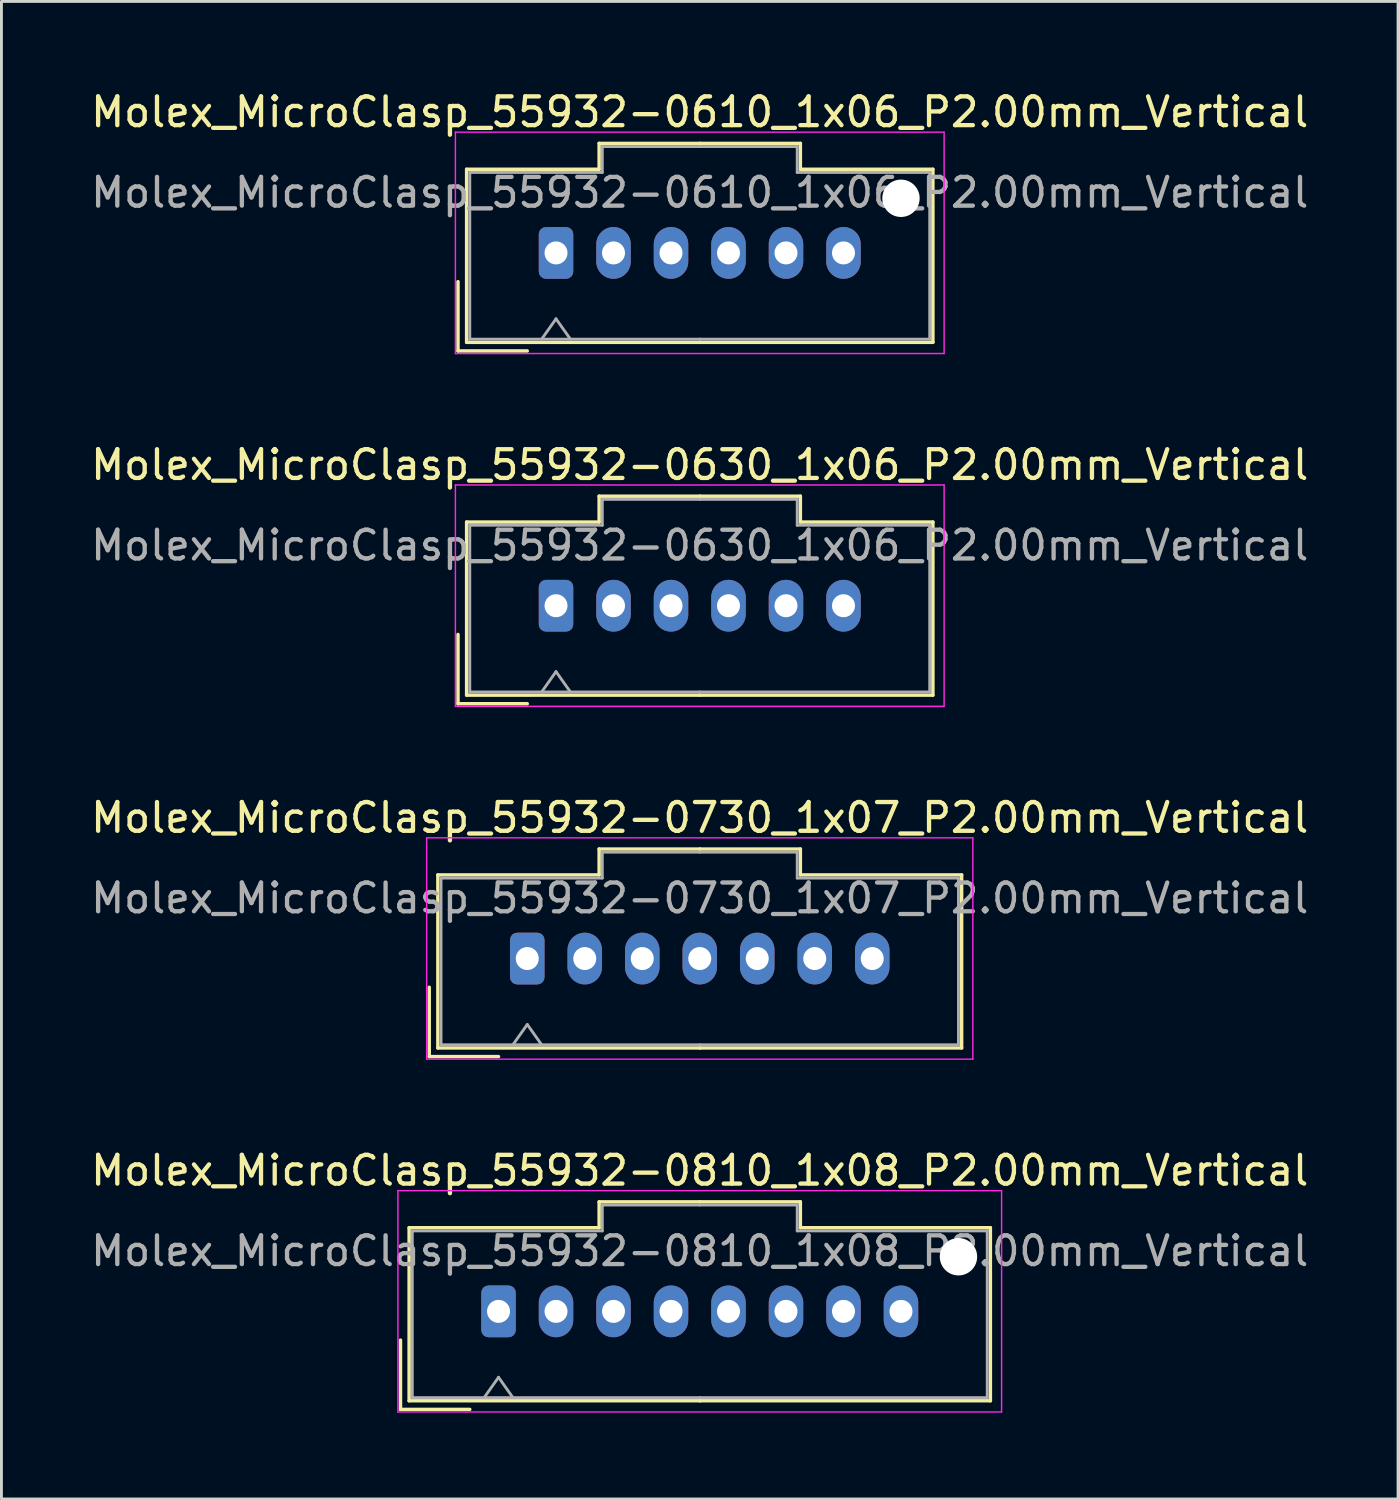
<source format=kicad_pcb>
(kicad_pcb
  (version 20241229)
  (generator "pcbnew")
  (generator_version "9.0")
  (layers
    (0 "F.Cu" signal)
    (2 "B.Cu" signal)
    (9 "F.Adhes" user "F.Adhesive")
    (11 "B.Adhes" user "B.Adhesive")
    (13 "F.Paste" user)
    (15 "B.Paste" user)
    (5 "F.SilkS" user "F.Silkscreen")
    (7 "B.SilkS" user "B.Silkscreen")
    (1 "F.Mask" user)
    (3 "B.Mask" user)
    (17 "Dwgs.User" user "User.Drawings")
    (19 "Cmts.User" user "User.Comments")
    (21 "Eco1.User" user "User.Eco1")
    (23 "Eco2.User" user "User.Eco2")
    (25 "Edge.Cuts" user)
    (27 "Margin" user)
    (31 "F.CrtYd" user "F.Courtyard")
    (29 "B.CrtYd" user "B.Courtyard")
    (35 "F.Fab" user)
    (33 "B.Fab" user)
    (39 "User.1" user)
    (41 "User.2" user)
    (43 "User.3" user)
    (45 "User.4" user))
  (footprint "Molex_MicroClasp_55932-0610_1x06_P2.00mm_Vertical"
    (layer "F.Cu")
    (at 16.292 5.748)
    (property "Reference" "Molex_MicroClasp_55932-0610_1x06_P2.00mm_Vertical" (at 5 -4.9 0) (layer "F.SilkS") (effects (font (size 1 1) (thickness 0.15))))
    (attr through_hole)
    (fp_line (start -3.41 1) (end -3.41 3.41) (stroke (width 0.12) (type solid)) (layer "F.SilkS"))
    (fp_line (start -3.41 3.41) (end -1 3.41) (stroke (width 0.12) (type solid)) (layer "F.SilkS"))
    (fp_line (start -3.11 -2.91) (end -3.11 3.11) (stroke (width 0.12) (type solid)) (layer "F.SilkS"))
    (fp_line (start -3.11 3.11) (end 5 3.11) (stroke (width 0.12) (type solid)) (layer "F.SilkS"))
    (fp_line (start 1.5 -3.81) (end 1.5 -2.91) (stroke (width 0.12) (type solid)) (layer "F.SilkS"))
    (fp_line (start 1.5 -2.91) (end -3.11 -2.91) (stroke (width 0.12) (type solid)) (layer "F.SilkS"))
    (fp_line (start 5 -3.81) (end 1.5 -3.81) (stroke (width 0.12) (type solid)) (layer "F.SilkS"))
    (fp_line (start 5 -3.81) (end 8.5 -3.81) (stroke (width 0.12) (type solid)) (layer "F.SilkS"))
    (fp_line (start 8.5 -3.81) (end 8.5 -2.91) (stroke (width 0.12) (type solid)) (layer "F.SilkS"))
    (fp_line (start 8.5 -2.91) (end 13.11 -2.91) (stroke (width 0.12) (type solid)) (layer "F.SilkS"))
    (fp_line (start 13.11 -2.91) (end 13.11 3.11) (stroke (width 0.12) (type solid)) (layer "F.SilkS"))
    (fp_line (start 13.11 3.11) (end 5 3.11) (stroke (width 0.12) (type solid)) (layer "F.SilkS"))
    (fp_line (start -3.5 -4.2) (end -3.5 3.5) (stroke (width 0.05) (type solid)) (layer "F.CrtYd"))
    (fp_line (start -3.5 3.5) (end 13.5 3.5) (stroke (width 0.05) (type solid)) (layer "F.CrtYd"))
    (fp_line (start 13.5 -4.2) (end -3.5 -4.2) (stroke (width 0.05) (type solid)) (layer "F.CrtYd"))
    (fp_line (start 13.5 3.5) (end 13.5 -4.2) (stroke (width 0.05) (type solid)) (layer "F.CrtYd"))
    (fp_line (start -3 -2.8) (end -3 3) (stroke (width 0.1) (type solid)) (layer "F.Fab"))
    (fp_line (start -3 3) (end 5 3) (stroke (width 0.1) (type solid)) (layer "F.Fab"))
    (fp_line (start -0.5 3) (end 0 2.293) (stroke (width 0.1) (type solid)) (layer "F.Fab"))
    (fp_line (start 0 2.293) (end 0.5 3) (stroke (width 0.1) (type solid)) (layer "F.Fab"))
    (fp_line (start 1.61 -3.7) (end 1.61 -2.8) (stroke (width 0.1) (type solid)) (layer "F.Fab"))
    (fp_line (start 1.61 -2.8) (end -3 -2.8) (stroke (width 0.1) (type solid)) (layer "F.Fab"))
    (fp_line (start 5 -3.7) (end 1.61 -3.7) (stroke (width 0.1) (type solid)) (layer "F.Fab"))
    (fp_line (start 5 -3.7) (end 8.39 -3.7) (stroke (width 0.1) (type solid)) (layer "F.Fab"))
    (fp_line (start 8.39 -3.7) (end 8.39 -2.8) (stroke (width 0.1) (type solid)) (layer "F.Fab"))
    (fp_line (start 8.39 -2.8) (end 13 -2.8) (stroke (width 0.1) (type solid)) (layer "F.Fab"))
    (fp_line (start 13 -2.8) (end 13 3) (stroke (width 0.1) (type solid)) (layer "F.Fab"))
    (fp_line (start 13 3) (end 5 3) (stroke (width 0.1) (type solid)) (layer "F.Fab"))
    (fp_text user "${REFERENCE}" (at 5 -2.1 0) (layer "F.Fab") (effects (font (size 1 1) (thickness 0.15))))
    (pad "" np_thru_hole circle (at 12 -1.9) (size 1.3 1.3) (drill 1.3) (layers "*.Cu" "*.Mask"))
    (pad "1" thru_hole roundrect (at 0 0) (size 1.2 1.8) (drill 0.8) (layers "*.Cu" "*.Mask") (roundrect_rratio 0.208))
    (pad "2" thru_hole oval (at 2 0) (size 1.2 1.8) (drill 0.8) (layers "*.Cu" "*.Mask"))
    (pad "3" thru_hole oval (at 4 0) (size 1.2 1.8) (drill 0.8) (layers "*.Cu" "*.Mask"))
    (pad "4" thru_hole oval (at 6 0) (size 1.2 1.8) (drill 0.8) (layers "*.Cu" "*.Mask"))
    (pad "5" thru_hole oval (at 8 0) (size 1.2 1.8) (drill 0.8) (layers "*.Cu" "*.Mask"))
    (pad "6" thru_hole oval (at 10 0) (size 1.2 1.8) (drill 0.8) (layers "*.Cu" "*.Mask")))
  (footprint "Molex_MicroClasp_55932-0730_1x07_P2.00mm_Vertical"
    (layer "F.Cu")
    (at 15.292 30.295)
    (property "Reference" "Molex_MicroClasp_55932-0730_1x07_P2.00mm_Vertical" (at 6 -4.9 0) (layer "F.SilkS") (effects (font (size 1 1) (thickness 0.15))))
    (attr through_hole)
    (fp_line (start -3.41 1) (end -3.41 3.41) (stroke (width 0.12) (type solid)) (layer "F.SilkS"))
    (fp_line (start -3.41 3.41) (end -1 3.41) (stroke (width 0.12) (type solid)) (layer "F.SilkS"))
    (fp_line (start -3.11 -2.91) (end -3.11 3.11) (stroke (width 0.12) (type solid)) (layer "F.SilkS"))
    (fp_line (start -3.11 3.11) (end 6 3.11) (stroke (width 0.12) (type solid)) (layer "F.SilkS"))
    (fp_line (start 2.5 -3.81) (end 2.5 -2.91) (stroke (width 0.12) (type solid)) (layer "F.SilkS"))
    (fp_line (start 2.5 -2.91) (end -3.11 -2.91) (stroke (width 0.12) (type solid)) (layer "F.SilkS"))
    (fp_line (start 6 -3.81) (end 2.5 -3.81) (stroke (width 0.12) (type solid)) (layer "F.SilkS"))
    (fp_line (start 6 -3.81) (end 9.5 -3.81) (stroke (width 0.12) (type solid)) (layer "F.SilkS"))
    (fp_line (start 9.5 -3.81) (end 9.5 -2.91) (stroke (width 0.12) (type solid)) (layer "F.SilkS"))
    (fp_line (start 9.5 -2.91) (end 15.11 -2.91) (stroke (width 0.12) (type solid)) (layer "F.SilkS"))
    (fp_line (start 15.11 -2.91) (end 15.11 3.11) (stroke (width 0.12) (type solid)) (layer "F.SilkS"))
    (fp_line (start 15.11 3.11) (end 6 3.11) (stroke (width 0.12) (type solid)) (layer "F.SilkS"))
    (fp_line (start -3.5 -4.2) (end -3.5 3.5) (stroke (width 0.05) (type solid)) (layer "F.CrtYd"))
    (fp_line (start -3.5 3.5) (end 15.5 3.5) (stroke (width 0.05) (type solid)) (layer "F.CrtYd"))
    (fp_line (start 15.5 -4.2) (end -3.5 -4.2) (stroke (width 0.05) (type solid)) (layer "F.CrtYd"))
    (fp_line (start 15.5 3.5) (end 15.5 -4.2) (stroke (width 0.05) (type solid)) (layer "F.CrtYd"))
    (fp_line (start -3 -2.8) (end -3 3) (stroke (width 0.1) (type solid)) (layer "F.Fab"))
    (fp_line (start -3 3) (end 6 3) (stroke (width 0.1) (type solid)) (layer "F.Fab"))
    (fp_line (start -0.5 3) (end 0 2.293) (stroke (width 0.1) (type solid)) (layer "F.Fab"))
    (fp_line (start 0 2.293) (end 0.5 3) (stroke (width 0.1) (type solid)) (layer "F.Fab"))
    (fp_line (start 2.61 -3.7) (end 2.61 -2.8) (stroke (width 0.1) (type solid)) (layer "F.Fab"))
    (fp_line (start 2.61 -2.8) (end -3 -2.8) (stroke (width 0.1) (type solid)) (layer "F.Fab"))
    (fp_line (start 6 -3.7) (end 2.61 -3.7) (stroke (width 0.1) (type solid)) (layer "F.Fab"))
    (fp_line (start 6 -3.7) (end 9.39 -3.7) (stroke (width 0.1) (type solid)) (layer "F.Fab"))
    (fp_line (start 9.39 -3.7) (end 9.39 -2.8) (stroke (width 0.1) (type solid)) (layer "F.Fab"))
    (fp_line (start 9.39 -2.8) (end 15 -2.8) (stroke (width 0.1) (type solid)) (layer "F.Fab"))
    (fp_line (start 15 -2.8) (end 15 3) (stroke (width 0.1) (type solid)) (layer "F.Fab"))
    (fp_line (start 15 3) (end 6 3) (stroke (width 0.1) (type solid)) (layer "F.Fab"))
    (fp_text user "${REFERENCE}" (at 6 -2.1 0) (layer "F.Fab") (effects (font (size 1 1) (thickness 0.15))))
    (pad "1" thru_hole roundrect (at 0 0) (size 1.2 1.8) (drill 0.8) (layers "*.Cu" "*.Mask") (roundrect_rratio 0.208))
    (pad "2" thru_hole oval (at 2 0) (size 1.2 1.8) (drill 0.8) (layers "*.Cu" "*.Mask"))
    (pad "3" thru_hole oval (at 4 0) (size 1.2 1.8) (drill 0.8) (layers "*.Cu" "*.Mask"))
    (pad "4" thru_hole oval (at 6 0) (size 1.2 1.8) (drill 0.8) (layers "*.Cu" "*.Mask"))
    (pad "5" thru_hole oval (at 8 0) (size 1.2 1.8) (drill 0.8) (layers "*.Cu" "*.Mask"))
    (pad "6" thru_hole oval (at 10 0) (size 1.2 1.8) (drill 0.8) (layers "*.Cu" "*.Mask"))
    (pad "7" thru_hole oval (at 12 0) (size 1.2 1.8) (drill 0.8) (layers "*.Cu" "*.Mask")))
  (footprint "Molex_MicroClasp_55932-0630_1x06_P2.00mm_Vertical"
    (layer "F.Cu")
    (at 16.292 18.021)
    (property "Reference" "Molex_MicroClasp_55932-0630_1x06_P2.00mm_Vertical" (at 5 -4.9 0) (layer "F.SilkS") (effects (font (size 1 1) (thickness 0.15))))
    (attr through_hole)
    (fp_line (start -3.41 1) (end -3.41 3.41) (stroke (width 0.12) (type solid)) (layer "F.SilkS"))
    (fp_line (start -3.41 3.41) (end -1 3.41) (stroke (width 0.12) (type solid)) (layer "F.SilkS"))
    (fp_line (start -3.11 -2.91) (end -3.11 3.11) (stroke (width 0.12) (type solid)) (layer "F.SilkS"))
    (fp_line (start -3.11 3.11) (end 5 3.11) (stroke (width 0.12) (type solid)) (layer "F.SilkS"))
    (fp_line (start 1.5 -3.81) (end 1.5 -2.91) (stroke (width 0.12) (type solid)) (layer "F.SilkS"))
    (fp_line (start 1.5 -2.91) (end -3.11 -2.91) (stroke (width 0.12) (type solid)) (layer "F.SilkS"))
    (fp_line (start 5 -3.81) (end 1.5 -3.81) (stroke (width 0.12) (type solid)) (layer "F.SilkS"))
    (fp_line (start 5 -3.81) (end 8.5 -3.81) (stroke (width 0.12) (type solid)) (layer "F.SilkS"))
    (fp_line (start 8.5 -3.81) (end 8.5 -2.91) (stroke (width 0.12) (type solid)) (layer "F.SilkS"))
    (fp_line (start 8.5 -2.91) (end 13.11 -2.91) (stroke (width 0.12) (type solid)) (layer "F.SilkS"))
    (fp_line (start 13.11 -2.91) (end 13.11 3.11) (stroke (width 0.12) (type solid)) (layer "F.SilkS"))
    (fp_line (start 13.11 3.11) (end 5 3.11) (stroke (width 0.12) (type solid)) (layer "F.SilkS"))
    (fp_line (start -3.5 -4.2) (end -3.5 3.5) (stroke (width 0.05) (type solid)) (layer "F.CrtYd"))
    (fp_line (start -3.5 3.5) (end 13.5 3.5) (stroke (width 0.05) (type solid)) (layer "F.CrtYd"))
    (fp_line (start 13.5 -4.2) (end -3.5 -4.2) (stroke (width 0.05) (type solid)) (layer "F.CrtYd"))
    (fp_line (start 13.5 3.5) (end 13.5 -4.2) (stroke (width 0.05) (type solid)) (layer "F.CrtYd"))
    (fp_line (start -3 -2.8) (end -3 3) (stroke (width 0.1) (type solid)) (layer "F.Fab"))
    (fp_line (start -3 3) (end 5 3) (stroke (width 0.1) (type solid)) (layer "F.Fab"))
    (fp_line (start -0.5 3) (end 0 2.293) (stroke (width 0.1) (type solid)) (layer "F.Fab"))
    (fp_line (start 0 2.293) (end 0.5 3) (stroke (width 0.1) (type solid)) (layer "F.Fab"))
    (fp_line (start 1.61 -3.7) (end 1.61 -2.8) (stroke (width 0.1) (type solid)) (layer "F.Fab"))
    (fp_line (start 1.61 -2.8) (end -3 -2.8) (stroke (width 0.1) (type solid)) (layer "F.Fab"))
    (fp_line (start 5 -3.7) (end 1.61 -3.7) (stroke (width 0.1) (type solid)) (layer "F.Fab"))
    (fp_line (start 5 -3.7) (end 8.39 -3.7) (stroke (width 0.1) (type solid)) (layer "F.Fab"))
    (fp_line (start 8.39 -3.7) (end 8.39 -2.8) (stroke (width 0.1) (type solid)) (layer "F.Fab"))
    (fp_line (start 8.39 -2.8) (end 13 -2.8) (stroke (width 0.1) (type solid)) (layer "F.Fab"))
    (fp_line (start 13 -2.8) (end 13 3) (stroke (width 0.1) (type solid)) (layer "F.Fab"))
    (fp_line (start 13 3) (end 5 3) (stroke (width 0.1) (type solid)) (layer "F.Fab"))
    (fp_text user "${REFERENCE}" (at 5 -2.1 0) (layer "F.Fab") (effects (font (size 1 1) (thickness 0.15))))
    (pad "1" thru_hole roundrect (at 0 0) (size 1.2 1.8) (drill 0.8) (layers "*.Cu" "*.Mask") (roundrect_rratio 0.208))
    (pad "2" thru_hole oval (at 2 0) (size 1.2 1.8) (drill 0.8) (layers "*.Cu" "*.Mask"))
    (pad "3" thru_hole oval (at 4 0) (size 1.2 1.8) (drill 0.8) (layers "*.Cu" "*.Mask"))
    (pad "4" thru_hole oval (at 6 0) (size 1.2 1.8) (drill 0.8) (layers "*.Cu" "*.Mask"))
    (pad "5" thru_hole oval (at 8 0) (size 1.2 1.8) (drill 0.8) (layers "*.Cu" "*.Mask"))
    (pad "6" thru_hole oval (at 10 0) (size 1.2 1.8) (drill 0.8) (layers "*.Cu" "*.Mask")))
  (footprint "Molex_MicroClasp_55932-0810_1x08_P2.00mm_Vertical"
    (layer "F.Cu")
    (at 14.292 42.568)
    (property "Reference" "Molex_MicroClasp_55932-0810_1x08_P2.00mm_Vertical" (at 7 -4.9 0) (layer "F.SilkS") (effects (font (size 1 1) (thickness 0.15))))
    (attr through_hole)
    (fp_line (start -3.41 1) (end -3.41 3.41) (stroke (width 0.12) (type solid)) (layer "F.SilkS"))
    (fp_line (start -3.41 3.41) (end -1 3.41) (stroke (width 0.12) (type solid)) (layer "F.SilkS"))
    (fp_line (start -3.11 -2.91) (end -3.11 3.11) (stroke (width 0.12) (type solid)) (layer "F.SilkS"))
    (fp_line (start -3.11 3.11) (end 7 3.11) (stroke (width 0.12) (type solid)) (layer "F.SilkS"))
    (fp_line (start 3.5 -3.81) (end 3.5 -2.91) (stroke (width 0.12) (type solid)) (layer "F.SilkS"))
    (fp_line (start 3.5 -2.91) (end -3.11 -2.91) (stroke (width 0.12) (type solid)) (layer "F.SilkS"))
    (fp_line (start 7 -3.81) (end 3.5 -3.81) (stroke (width 0.12) (type solid)) (layer "F.SilkS"))
    (fp_line (start 7 -3.81) (end 10.5 -3.81) (stroke (width 0.12) (type solid)) (layer "F.SilkS"))
    (fp_line (start 10.5 -3.81) (end 10.5 -2.91) (stroke (width 0.12) (type solid)) (layer "F.SilkS"))
    (fp_line (start 10.5 -2.91) (end 17.11 -2.91) (stroke (width 0.12) (type solid)) (layer "F.SilkS"))
    (fp_line (start 17.11 -2.91) (end 17.11 3.11) (stroke (width 0.12) (type solid)) (layer "F.SilkS"))
    (fp_line (start 17.11 3.11) (end 7 3.11) (stroke (width 0.12) (type solid)) (layer "F.SilkS"))
    (fp_line (start -3.5 -4.2) (end -3.5 3.5) (stroke (width 0.05) (type solid)) (layer "F.CrtYd"))
    (fp_line (start -3.5 3.5) (end 17.5 3.5) (stroke (width 0.05) (type solid)) (layer "F.CrtYd"))
    (fp_line (start 17.5 -4.2) (end -3.5 -4.2) (stroke (width 0.05) (type solid)) (layer "F.CrtYd"))
    (fp_line (start 17.5 3.5) (end 17.5 -4.2) (stroke (width 0.05) (type solid)) (layer "F.CrtYd"))
    (fp_line (start -3 -2.8) (end -3 3) (stroke (width 0.1) (type solid)) (layer "F.Fab"))
    (fp_line (start -3 3) (end 7 3) (stroke (width 0.1) (type solid)) (layer "F.Fab"))
    (fp_line (start -0.5 3) (end 0 2.293) (stroke (width 0.1) (type solid)) (layer "F.Fab"))
    (fp_line (start 0 2.293) (end 0.5 3) (stroke (width 0.1) (type solid)) (layer "F.Fab"))
    (fp_line (start 3.61 -3.7) (end 3.61 -2.8) (stroke (width 0.1) (type solid)) (layer "F.Fab"))
    (fp_line (start 3.61 -2.8) (end -3 -2.8) (stroke (width 0.1) (type solid)) (layer "F.Fab"))
    (fp_line (start 7 -3.7) (end 3.61 -3.7) (stroke (width 0.1) (type solid)) (layer "F.Fab"))
    (fp_line (start 7 -3.7) (end 10.39 -3.7) (stroke (width 0.1) (type solid)) (layer "F.Fab"))
    (fp_line (start 10.39 -3.7) (end 10.39 -2.8) (stroke (width 0.1) (type solid)) (layer "F.Fab"))
    (fp_line (start 10.39 -2.8) (end 17 -2.8) (stroke (width 0.1) (type solid)) (layer "F.Fab"))
    (fp_line (start 17 -2.8) (end 17 3) (stroke (width 0.1) (type solid)) (layer "F.Fab"))
    (fp_line (start 17 3) (end 7 3) (stroke (width 0.1) (type solid)) (layer "F.Fab"))
    (fp_text user "${REFERENCE}" (at 7 -2.1 0) (layer "F.Fab") (effects (font (size 1 1) (thickness 0.15))))
    (pad "" np_thru_hole circle (at 16 -1.9) (size 1.3 1.3) (drill 1.3) (layers "*.Cu" "*.Mask"))
    (pad "1" thru_hole roundrect (at 0 0) (size 1.2 1.8) (drill 0.8) (layers "*.Cu" "*.Mask") (roundrect_rratio 0.208))
    (pad "2" thru_hole oval (at 2 0) (size 1.2 1.8) (drill 0.8) (layers "*.Cu" "*.Mask"))
    (pad "3" thru_hole oval (at 4 0) (size 1.2 1.8) (drill 0.8) (layers "*.Cu" "*.Mask"))
    (pad "4" thru_hole oval (at 6 0) (size 1.2 1.8) (drill 0.8) (layers "*.Cu" "*.Mask"))
    (pad "5" thru_hole oval (at 8 0) (size 1.2 1.8) (drill 0.8) (layers "*.Cu" "*.Mask"))
    (pad "6" thru_hole oval (at 10 0) (size 1.2 1.8) (drill 0.8) (layers "*.Cu" "*.Mask"))
    (pad "7" thru_hole oval (at 12 0) (size 1.2 1.8) (drill 0.8) (layers "*.Cu" "*.Mask"))
    (pad "8" thru_hole oval (at 14 0) (size 1.2 1.8) (drill 0.8) (layers "*.Cu" "*.Mask")))
  (gr_rect
    (start -3 -3)
    (end 45.583 49.093)
    (stroke (width 0.1) (type default))
    (fill no)
    (layer "Edge.Cuts")))
</source>
